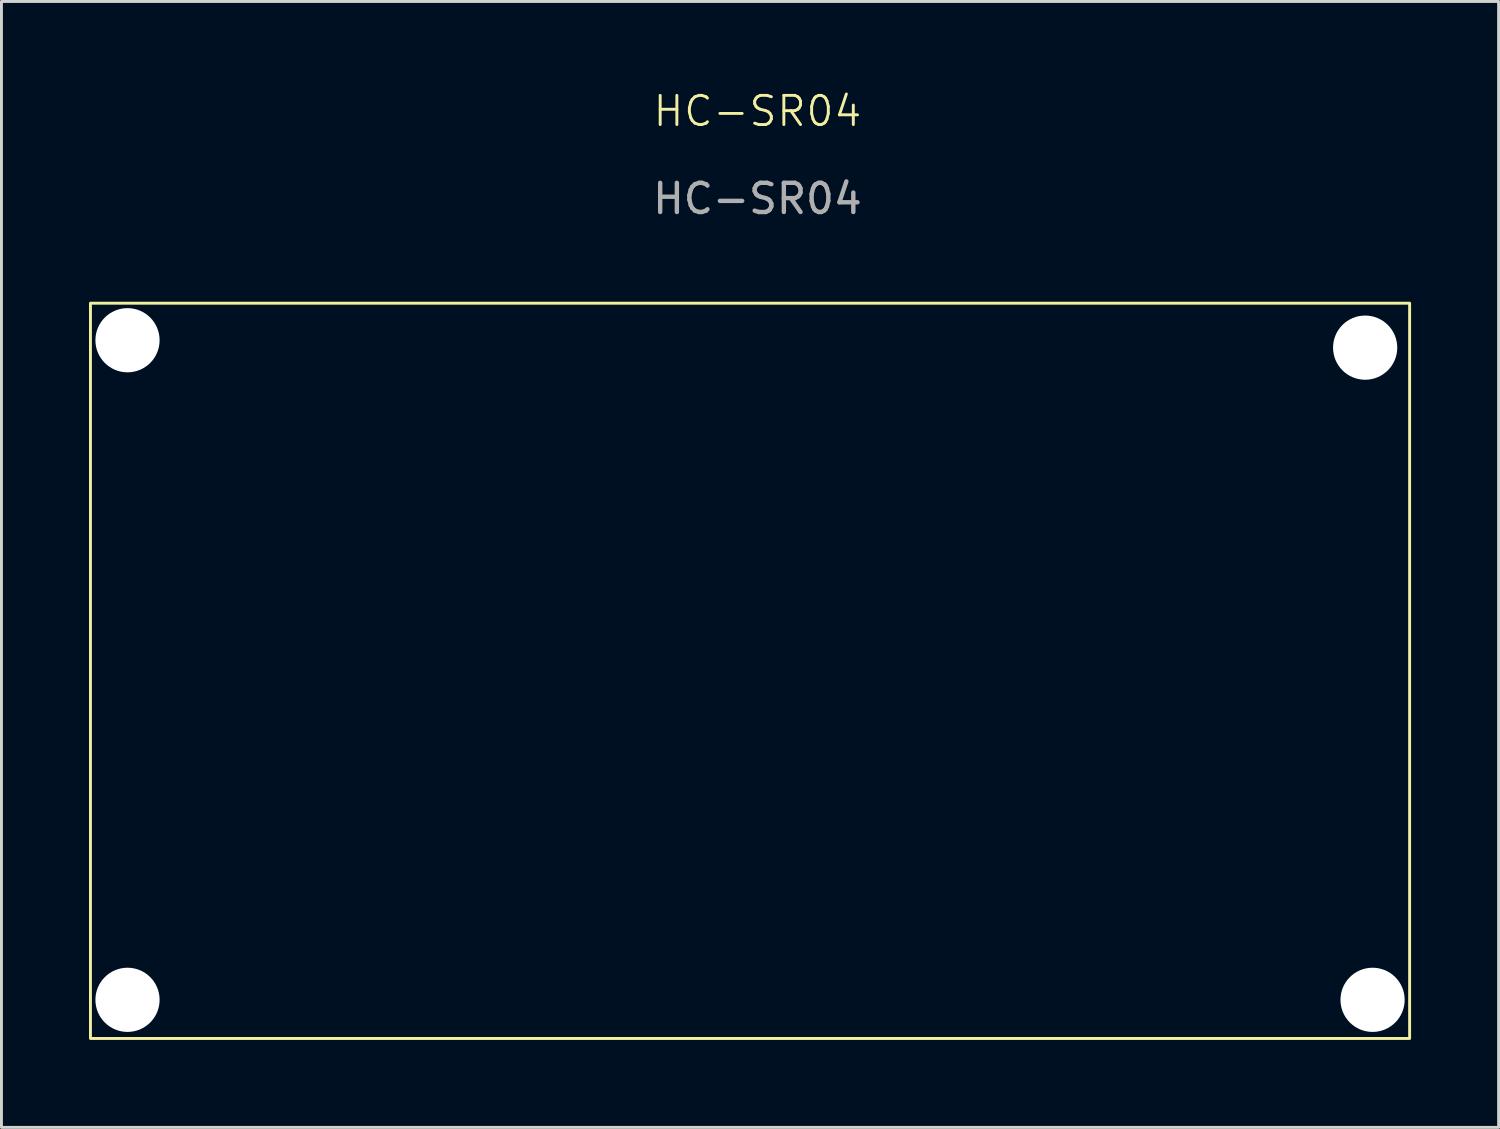
<source format=kicad_pcb>
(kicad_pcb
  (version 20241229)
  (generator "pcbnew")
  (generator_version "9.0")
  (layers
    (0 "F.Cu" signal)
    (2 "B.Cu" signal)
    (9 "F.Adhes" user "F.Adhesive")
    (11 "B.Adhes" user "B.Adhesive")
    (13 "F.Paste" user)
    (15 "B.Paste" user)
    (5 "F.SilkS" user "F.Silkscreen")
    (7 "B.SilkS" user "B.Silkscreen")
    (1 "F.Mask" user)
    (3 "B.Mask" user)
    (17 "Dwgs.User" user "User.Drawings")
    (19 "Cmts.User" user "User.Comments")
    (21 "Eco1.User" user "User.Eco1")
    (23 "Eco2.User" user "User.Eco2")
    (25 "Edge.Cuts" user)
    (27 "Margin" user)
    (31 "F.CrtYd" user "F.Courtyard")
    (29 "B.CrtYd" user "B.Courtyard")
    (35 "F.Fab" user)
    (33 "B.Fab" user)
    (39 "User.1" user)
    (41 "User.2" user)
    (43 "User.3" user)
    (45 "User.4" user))
  (footprint "HC-SR04"
    (layer "F.Cu")
    (at 22.91 19.279)
    (property "Reference" "HC-SR04" (at 0 -18.518 0) (unlocked yes) (layer "F.SilkS") (effects (font (size 1 1) (thickness 0.1))))
    (attr through_hole)
    (fp_rect (start -22.86 -11.938) (end 22.352 13.262) (stroke (width 0.1) (type default)) (fill no) (layer "F.SilkS"))
    (fp_text user "${REFERENCE}" (at 0 -15.518 0) (unlocked yes) (layer "F.Fab") (effects (font (size 1 1) (thickness 0.15))))
    (pad "" np_thru_hole circle (at -21.59 -10.668) (size 2.2 2.2) (drill 2.2) (layers "*.Cu" "*.Mask"))
    (pad "" np_thru_hole circle (at -21.59 11.938) (size 2.2 2.2) (drill 2.2) (layers "*.Cu" "*.Mask"))
    (pad "" np_thru_hole circle (at 20.828 -10.414) (size 2.2 2.2) (drill 2.2) (layers "*.Cu" "*.Mask"))
    (pad "" np_thru_hole circle (at 21.082 11.938) (size 2.2 2.2) (drill 2.2) (layers "*.Cu" "*.Mask")))
  (gr_rect
    (start -3 -3)
    (end 48.312 35.59)
    (stroke (width 0.1) (type default))
    (fill no)
    (layer "Edge.Cuts")))
</source>
